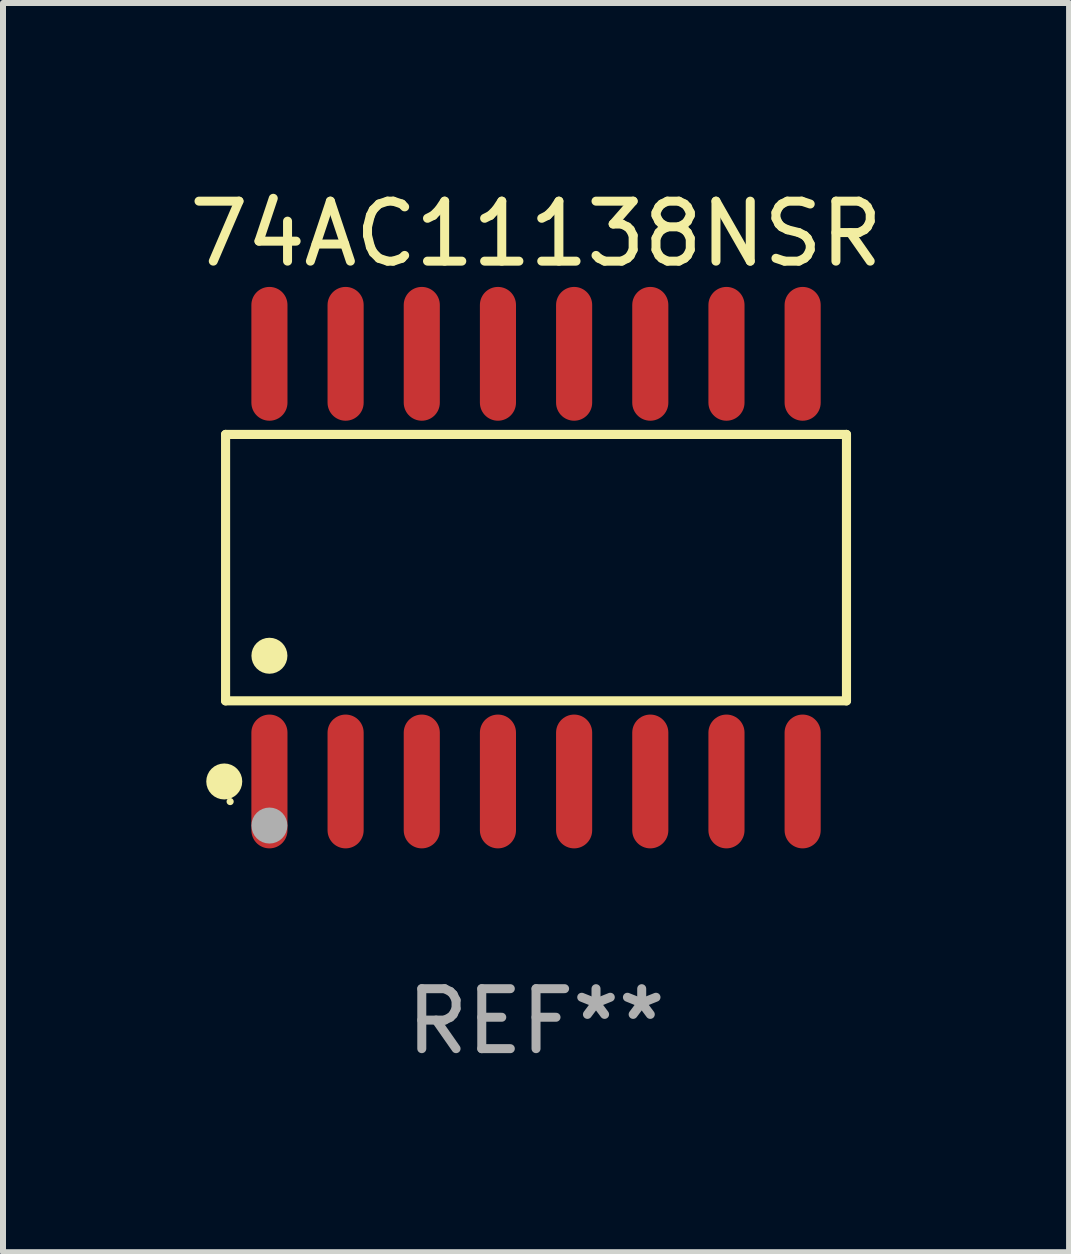
<source format=kicad_pcb>
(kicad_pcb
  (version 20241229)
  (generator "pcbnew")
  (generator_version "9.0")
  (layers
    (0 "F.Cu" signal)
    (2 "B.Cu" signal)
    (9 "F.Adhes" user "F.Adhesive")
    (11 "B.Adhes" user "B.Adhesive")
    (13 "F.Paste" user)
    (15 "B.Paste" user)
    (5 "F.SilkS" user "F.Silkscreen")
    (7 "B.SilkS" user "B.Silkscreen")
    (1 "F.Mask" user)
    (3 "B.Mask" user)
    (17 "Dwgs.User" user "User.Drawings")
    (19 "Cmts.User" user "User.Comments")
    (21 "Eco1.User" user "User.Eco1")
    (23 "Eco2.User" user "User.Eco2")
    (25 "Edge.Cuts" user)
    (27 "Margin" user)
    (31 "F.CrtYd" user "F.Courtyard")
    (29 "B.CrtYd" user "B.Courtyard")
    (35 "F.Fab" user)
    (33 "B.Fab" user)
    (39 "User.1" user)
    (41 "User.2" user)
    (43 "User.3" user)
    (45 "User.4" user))
  (footprint "74AC11138NSR"
    (layer "F.Cu")
    (at 5.887 6.414)
    (property "Reference" "74AC11138NSR" (at 0 -5.565 0) (layer "F.SilkS") (effects (font (size 1 1) (thickness 0.15))))
    (attr through_hole)
    (fp_line (start -5.176 -2.221) (end 5.176 -2.221) (stroke (width 0.152) (type solid)) (layer "F.SilkS"))
    (fp_line (start -5.176 2.221) (end -5.176 -2.221) (stroke (width 0.152) (type solid)) (layer "F.SilkS"))
    (fp_line (start 5.176 -2.221) (end 5.176 2.221) (stroke (width 0.152) (type solid)) (layer "F.SilkS"))
    (fp_line (start 5.176 2.221) (end -5.176 2.221) (stroke (width 0.152) (type solid)) (layer "F.SilkS"))
    (fp_circle (center -5.198 3.565) (end -5.048 3.565) (stroke (width 0.3) (type solid)) (fill no) (layer "F.SilkS"))
    (fp_circle (center -5.1 3.9) (end -5.07 3.9) (stroke (width 0.06) (type solid)) (fill no) (layer "F.SilkS"))
    (fp_circle (center -4.445 1.469) (end -4.295 1.469) (stroke (width 0.3) (type solid)) (fill no) (layer "F.SilkS"))
    (fp_circle (center -4.445 4.3) (end -4.295 4.3) (stroke (width 0.3) (type solid)) (fill no) (layer "F.Fab"))
    (fp_text user "REF**" (at 0 7.565 0) (layer "F.Fab") (effects (font (size 1 1) (thickness 0.15))))
    (pad "1" smd oval (at -4.445 3.565) (size 0.602 2.231) (layers "F.Cu" "F.Mask" "F.Paste"))
    (pad "2" smd oval (at -3.175 3.565) (size 0.602 2.231) (layers "F.Cu" "F.Mask" "F.Paste"))
    (pad "3" smd oval (at -1.905 3.565) (size 0.602 2.231) (layers "F.Cu" "F.Mask" "F.Paste"))
    (pad "4" smd oval (at -0.635 3.565) (size 0.602 2.231) (layers "F.Cu" "F.Mask" "F.Paste"))
    (pad "5" smd oval (at 0.635 3.565) (size 0.602 2.231) (layers "F.Cu" "F.Mask" "F.Paste"))
    (pad "6" smd oval (at 1.905 3.565) (size 0.602 2.231) (layers "F.Cu" "F.Mask" "F.Paste"))
    (pad "7" smd oval (at 3.175 3.565) (size 0.602 2.231) (layers "F.Cu" "F.Mask" "F.Paste"))
    (pad "8" smd oval (at 4.445 3.565) (size 0.602 2.231) (layers "F.Cu" "F.Mask" "F.Paste"))
    (pad "9" smd oval (at 4.445 -3.565) (size 0.602 2.231) (layers "F.Cu" "F.Mask" "F.Paste"))
    (pad "10" smd oval (at 3.175 -3.565) (size 0.602 2.231) (layers "F.Cu" "F.Mask" "F.Paste"))
    (pad "11" smd oval (at 1.905 -3.565) (size 0.602 2.231) (layers "F.Cu" "F.Mask" "F.Paste"))
    (pad "12" smd oval (at 0.635 -3.565) (size 0.602 2.231) (layers "F.Cu" "F.Mask" "F.Paste"))
    (pad "13" smd oval (at -0.635 -3.565) (size 0.602 2.231) (layers "F.Cu" "F.Mask" "F.Paste"))
    (pad "14" smd oval (at -1.905 -3.565) (size 0.602 2.231) (layers "F.Cu" "F.Mask" "F.Paste"))
    (pad "15" smd oval (at -3.175 -3.565) (size 0.602 2.231) (layers "F.Cu" "F.Mask" "F.Paste"))
    (pad "16" smd oval (at -4.445 -3.565) (size 0.602 2.231) (layers "F.Cu" "F.Mask" "F.Paste")))
  (gr_rect
    (start -3 -3)
    (end 14.774 17.827)
    (stroke (width 0.1) (type default))
    (fill no)
    (layer "Edge.Cuts")))
</source>
